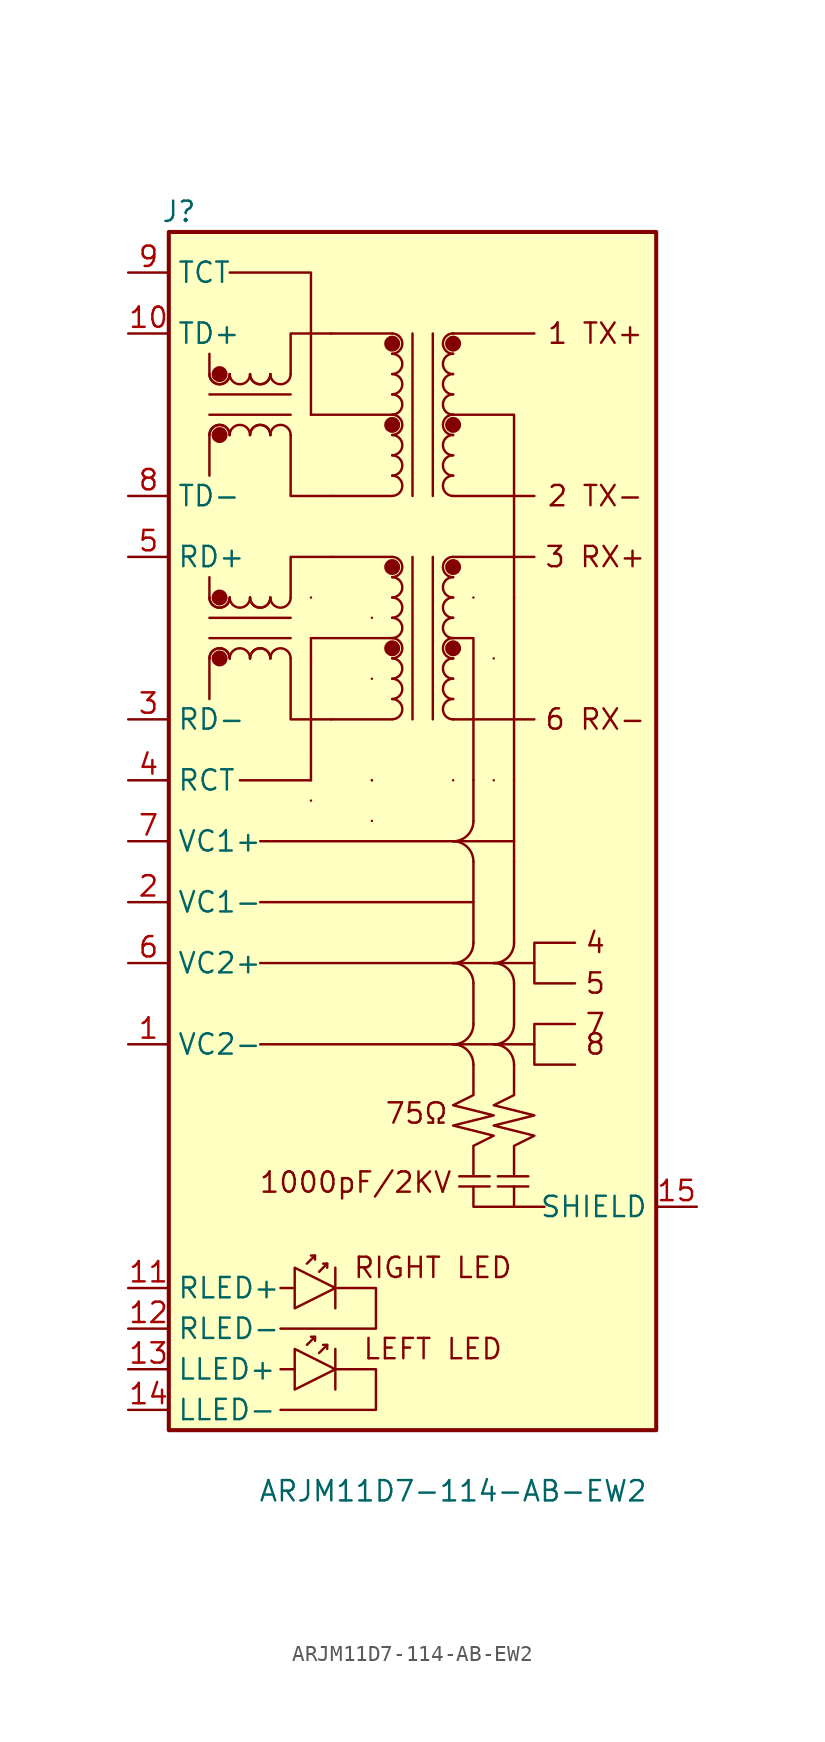
<source format=kicad_sym>
(kicad_symbol_lib
  (version 20211014)
  (generator kicad_symbol_editor)
  (symbol "ARJM11D7-114-AB-EW2"
    (property "Reference" "J"
      (at 0.635 76.2 0)
      (effects (font (size 1.27 1.27))))
    (property "Value" "ARJM11D7-114-AB-EW2"
      (at 17.78 -3.81 0)
      (effects (font (size 1.27 1.27))))
    (symbol "ARJM11D7-114-AB-EW2_0_0"
      (polyline (pts (xy 6.985 8.89) (xy 7.874 8.89)) (stroke (width 0) (type default) (color 0 0 0 0)) (fill (type none)))
      (polyline (pts (xy 8.89 49.53) (xy 13.97 49.53)) (stroke (width 0) (type default) (color 0 0 0 0)) (fill (type none)))
      (polyline (pts (xy 8.89 63.5) (xy 13.97 63.5)) (stroke (width 0) (type default) (color 0 0 0 0)) (fill (type none)))
      (polyline (pts (xy 18.161 15.24) (xy 20.066 15.24)) (stroke (width 0) (type default) (color 0 0 0 0)) (fill (type none)))
      (polyline (pts (xy 18.161 15.875) (xy 20.066 15.875)) (stroke (width 0) (type default) (color 0 0 0 0)) (fill (type none)))
      (polyline (pts (xy 20.574 15.24) (xy 22.479 15.24)) (stroke (width 0) (type default) (color 0 0 0 0)) (fill (type none)))
      (polyline (pts (xy 20.574 15.875) (xy 22.479 15.875)) (stroke (width 0) (type default) (color 0 0 0 0)) (fill (type none)))
      (polyline (pts (xy 21.59 15.24) (xy 21.59 13.97)) (stroke (width 0) (type default) (color 0 0 0 0)) (fill (type none)))
      (polyline (pts (xy 21.59 36.83) (xy 5.715 36.83)) (stroke (width 0) (type default) (color 0 0 0 0)) (fill (type none)))
      (polyline (pts (xy 5.715 33.02) (xy 19.05 33.02) (xy 19.05 35.56)) (stroke (width 0) (type default) (color 0 0 0 0)) (fill (type none)))
      (polyline (pts (xy 7.62 48.26) (xy 7.62 44.45) (xy 10.16 44.45)) (stroke (width 0) (type default) (color 0 0 0 0)) (fill (type none)))
      (polyline (pts (xy 7.62 62.23) (xy 7.62 58.42) (xy 10.16 58.42)) (stroke (width 0) (type default) (color 0 0 0 0)) (fill (type none)))
      (polyline (pts (xy 8.89 49.53) (xy 8.89 40.64) (xy 4.445 40.64)) (stroke (width 0) (type default) (color 0 0 0 0)) (fill (type none)))
      (polyline (pts (xy 8.89 63.5) (xy 8.89 72.39) (xy 3.81 72.39)) (stroke (width 0) (type default) (color 0 0 0 0)) (fill (type none)))
      (polyline (pts (xy 10.16 54.61) (xy 7.62 54.61) (xy 7.62 52.07)) (stroke (width 0) (type default) (color 0 0 0 0)) (fill (type none)))
      (polyline (pts (xy 10.16 68.58) (xy 7.62 68.58) (xy 7.62 66.04)) (stroke (width 0) (type default) (color 0 0 0 0)) (fill (type none)))
      (polyline (pts (xy 17.78 49.53) (xy 19.05 49.53) (xy 19.05 38.1)) (stroke (width 0) (type default) (color 0 0 0 0)) (fill (type none)))
      (polyline (pts (xy 17.78 63.5) (xy 21.59 63.5) (xy 21.59 35.56)) (stroke (width 0) (type default) (color 0 0 0 0)) (fill (type none)))
      (polyline (pts (xy 19.05 15.24) (xy 19.05 13.97) (xy 23.495 13.97)) (stroke (width 0) (type default) (color 0 0 0 0)) (fill (type none)))
      (polyline (pts (xy 22.86 24.13) (xy 22.86 22.86) (xy 25.4 22.86)) (stroke (width 0) (type default) (color 0 0 0 0)) (fill (type none)))
      (polyline (pts (xy 22.86 29.21) (xy 22.86 27.94) (xy 25.4 27.94)) (stroke (width 0) (type default) (color 0 0 0 0)) (fill (type none)))
      (polyline (pts (xy 5.715 24.13) (xy 22.86 24.13) (xy 22.86 25.4) (xy 25.4 25.4)) (stroke (width 0) (type default) (color 0 0 0 0)) (fill (type none)))
      (polyline (pts (xy 5.715 29.21) (xy 22.86 29.21) (xy 22.86 30.48) (xy 25.4 30.48)) (stroke (width 0) (type default) (color 0 0 0 0)) (fill (type none)))
      (polyline (pts (xy 10.414 8.89) (xy 12.954 8.89) (xy 12.954 6.35) (xy 6.985 6.35)) (stroke (width 0) (type default) (color 0 0 0 0)) (fill (type none)))
      (polyline (pts (xy 19.05 22.86) (xy 19.05 20.955) (xy 17.78 20.32) (xy 20.32 19.685) (xy 17.78 19.05) (xy 20.32 18.415) (xy 19.05 17.78) (xy 19.05 16.002)) (stroke (width 0) (type default) (color 0 0 0 0)) (fill (type none)))
      (polyline (pts (xy 21.59 22.86) (xy 21.59 20.955) (xy 20.32 20.32) (xy 22.86 19.685) (xy 20.32 19.05) (xy 22.86 18.415) (xy 21.59 17.78) (xy 21.59 16.002)) (stroke (width 0) (type default) (color 0 0 0 0)) (fill (type none)))
      (rectangle (start 0 74.93) (end 30.48 0) (stroke (width 0.254) (type default) (color 0 0 0 0)) (fill (type background)))
      (circle (center 3.175 48.26) (radius 0.0001) (stroke (width 0.5) (type default) (color 0 0 0 0)) (fill (type none)))
      (circle (center 3.175 52.07) (radius 0.0001) (stroke (width 0.5) (type default) (color 0 0 0 0)) (fill (type none)))
      (circle (center 3.175 62.23) (radius 0.0001) (stroke (width 0.5) (type default) (color 0 0 0 0)) (fill (type none)))
      (circle (center 3.175 66.04) (radius 0.0001) (stroke (width 0.5) (type default) (color 0 0 0 0)) (fill (type none)))
      (circle (center 13.97 48.895) (radius 0.0001) (stroke (width 0.5) (type default) (color 0 0 0 0)) (fill (type none)))
      (circle (center 13.97 53.975) (radius 0.0001) (stroke (width 0.5) (type default) (color 0 0 0 0)) (fill (type none)))
      (circle (center 13.97 62.865) (radius 0.0001) (stroke (width 0.5) (type default) (color 0 0 0 0)) (fill (type none)))
      (circle (center 13.97 67.945) (radius 0.0001) (stroke (width 0.5) (type default) (color 0 0 0 0)) (fill (type none)))
      (circle (center 17.78 48.895) (radius 0.0001) (stroke (width 0.5) (type default) (color 0 0 0 0)) (fill (type none)))
      (circle (center 17.78 53.975) (radius 0.0001) (stroke (width 0.5) (type default) (color 0 0 0 0)) (fill (type none)))
      (circle (center 17.78 62.865) (radius 0.0001) (stroke (width 0.5) (type default) (color 0 0 0 0)) (fill (type none)))
      (circle (center 17.78 67.945) (radius 0.0001) (stroke (width 0.5) (type default) (color 0 0 0 0)) (fill (type none)))
      (text "1 TX+" (at 26.67 68.58 0) (effects (font (size 1.27 1.27))))
      (text "1000pF/2KV" (at 11.684 15.494 0) (effects (font (size 1.27 1.27))))
      (text "2 TX-" (at 26.67 58.42 0) (effects (font (size 1.27 1.27))))
      (text "3 RX+" (at 26.67 54.61 0) (effects (font (size 1.27 1.27))))
      (text "4" (at 26.67 30.48 0) (effects (font (size 1.27 1.27))))
      (text "5" (at 26.67 27.94 0) (effects (font (size 1.27 1.27))))
      (text "6 RX-" (at 26.67 44.45 0) (effects (font (size 1.27 1.27))))
      (text "7" (at 26.67 25.4 0) (effects (font (size 1.27 1.27))))
      (text "75Ω" (at 15.494 19.812 0) (effects (font (size 1.27 1.27))))
      (text "8" (at 26.67 24.13 0) (effects (font (size 1.27 1.27))))
      (text "RIGHT LED" (at 16.51 10.16 0) (effects (font (size 1.27 1.27)))))
    (symbol "ARJM11D7-114-AB-EW2_0_1"
      (polyline (pts (xy 2.54 48.26) (xy 2.54 45.72)) (stroke (width 0) (type default) (color 0 0 0 0)) (fill (type none)))
      (polyline (pts (xy 2.54 52.07) (xy 2.54 53.34)) (stroke (width 0) (type default) (color 0 0 0 0)) (fill (type none)))
      (polyline (pts (xy 2.54 62.23) (xy 2.54 59.69)) (stroke (width 0) (type default) (color 0 0 0 0)) (fill (type none)))
      (polyline (pts (xy 2.54 66.04) (xy 2.54 67.31)) (stroke (width 0) (type default) (color 0 0 0 0)) (fill (type none)))
      (polyline (pts (xy 9.144 5.842) (xy 8.89 5.842)) (stroke (width 0) (type default) (color 0 0 0 0)) (fill (type none)))
      (polyline (pts (xy 9.906 5.334) (xy 9.652 5.334)) (stroke (width 0) (type default) (color 0 0 0 0)) (fill (type none)))
      (polyline (pts (xy 10.414 10.16) (xy 10.414 7.62)) (stroke (width 0) (type default) (color 0 0 0 0)) (fill (type none)))
      (polyline (pts (xy 13.97 44.45) (xy 10.16 44.45)) (stroke (width 0) (type default) (color 0 0 0 0)) (fill (type none)))
      (polyline (pts (xy 13.97 54.61) (xy 10.16 54.61)) (stroke (width 0) (type default) (color 0 0 0 0)) (fill (type none)))
      (polyline (pts (xy 13.97 58.42) (xy 10.16 58.42)) (stroke (width 0) (type default) (color 0 0 0 0)) (fill (type none)))
      (polyline (pts (xy 13.97 68.58) (xy 10.16 68.58)) (stroke (width 0) (type default) (color 0 0 0 0)) (fill (type none)))
      (polyline (pts (xy 19.05 25.4) (xy 19.05 27.94)) (stroke (width 0) (type default) (color 0 0 0 0)) (fill (type none)))
      (polyline (pts (xy 19.05 30.48) (xy 19.05 33.02)) (stroke (width 0) (type default) (color 0 0 0 0)) (fill (type none)))
      (polyline (pts (xy 21.59 25.4) (xy 21.59 27.94)) (stroke (width 0) (type default) (color 0 0 0 0)) (fill (type none)))
      (polyline (pts (xy 21.59 30.48) (xy 21.59 35.56)) (stroke (width 0) (type default) (color 0 0 0 0)) (fill (type none)))
      (polyline (pts (xy 22.86 44.45) (xy 17.78 44.45)) (stroke (width 0) (type default) (color 0 0 0 0)) (fill (type none)))
      (polyline (pts (xy 22.86 54.61) (xy 17.78 54.61)) (stroke (width 0) (type default) (color 0 0 0 0)) (fill (type none)))
      (polyline (pts (xy 22.86 58.42) (xy 17.78 58.42)) (stroke (width 0) (type default) (color 0 0 0 0)) (fill (type none)))
      (polyline (pts (xy 22.86 68.58) (xy 17.78 68.58)) (stroke (width 0) (type default) (color 0 0 0 0)) (fill (type none)))
      (polyline (pts (xy 8.636 5.334) (xy 9.144 5.842) (xy 9.144 5.588)) (stroke (width 0) (type default) (color 0 0 0 0)) (fill (type none)))
      (polyline (pts (xy 9.398 4.826) (xy 9.906 5.334) (xy 9.906 5.08)) (stroke (width 0) (type default) (color 0 0 0 0)) (fill (type none)))
      (polyline (pts (xy 7.874 10.16) (xy 7.874 7.62) (xy 10.414 8.89) (xy 7.874 10.16)) (stroke (width 0) (type default) (color 0 0 0 0)) (fill (type none)))
      (arc (start 8.89 52.07) (mid 8.89 49.53) (end 8.89 52.07) (stroke (width 0) (type default) (color 0 0 0 0)) (fill (type none)))
      (arc (start 17.78 24.13) (mid 19.948 23.232) (end 19.05 25.4) (stroke (width 0) (type default) (color 0 0 0 0)) (fill (type none)))
      (arc (start 17.78 29.21) (mid 19.948 28.312) (end 19.05 30.48) (stroke (width 0) (type default) (color 0 0 0 0)) (fill (type none)))
      (arc (start 17.78 36.83) (mid 19.948 35.932) (end 19.05 38.1) (stroke (width 0) (type default) (color 0 0 0 0)) (fill (type none)))
      (arc (start 19.05 22.86) (mid 19.948 25.028) (end 17.78 24.13) (stroke (width 0) (type default) (color 0 0 0 0)) (fill (type none)))
      (arc (start 19.05 27.94) (mid 19.948 30.108) (end 17.78 29.21) (stroke (width 0) (type default) (color 0 0 0 0)) (fill (type none)))
      (arc (start 19.05 35.56) (mid 19.948 37.728) (end 17.78 36.83) (stroke (width 0) (type default) (color 0 0 0 0)) (fill (type none)))
      (arc (start 20.32 24.13) (mid 22.488 23.232) (end 21.59 25.4) (stroke (width 0) (type default) (color 0 0 0 0)) (fill (type none)))
      (arc (start 20.32 29.21) (mid 22.488 28.312) (end 21.59 30.48) (stroke (width 0) (type default) (color 0 0 0 0)) (fill (type none)))
      (arc (start 21.59 22.86) (mid 22.488 25.028) (end 20.32 24.13) (stroke (width 0) (type default) (color 0 0 0 0)) (fill (type none)))
      (arc (start 21.59 27.94) (mid 22.488 30.108) (end 20.32 29.21) (stroke (width 0) (type default) (color 0 0 0 0)) (fill (type none))))
    (symbol "ARJM11D7-114-AB-EW2_1_1"
      (polyline (pts (xy 2.54 49.53) (xy 7.62 49.53)) (stroke (width 0) (type default) (color 0 0 0 0)) (fill (type none)))
      (polyline (pts (xy 2.54 63.5) (xy 7.62 63.5)) (stroke (width 0) (type default) (color 0 0 0 0)) (fill (type none)))
      (polyline (pts (xy 6.985 3.81) (xy 7.874 3.81)) (stroke (width 0) (type default) (color 0 0 0 0)) (fill (type none)))
      (polyline (pts (xy 7.62 50.8) (xy 2.54 50.8)) (stroke (width 0) (type default) (color 0 0 0 0)) (fill (type none)))
      (polyline (pts (xy 7.62 64.77) (xy 2.54 64.77)) (stroke (width 0) (type default) (color 0 0 0 0)) (fill (type none)))
      (polyline (pts (xy 9.144 10.922) (xy 8.89 10.922)) (stroke (width 0) (type default) (color 0 0 0 0)) (fill (type none)))
      (polyline (pts (xy 9.906 10.414) (xy 9.652 10.414)) (stroke (width 0) (type default) (color 0 0 0 0)) (fill (type none)))
      (polyline (pts (xy 10.414 5.08) (xy 10.414 2.54)) (stroke (width 0) (type default) (color 0 0 0 0)) (fill (type none)))
      (polyline (pts (xy 15.24 54.61) (xy 15.24 44.45)) (stroke (width 0) (type default) (color 0 0 0 0)) (fill (type none)))
      (polyline (pts (xy 15.24 68.58) (xy 15.24 58.42)) (stroke (width 0) (type default) (color 0 0 0 0)) (fill (type none)))
      (polyline (pts (xy 16.51 44.45) (xy 16.51 54.61)) (stroke (width 0) (type default) (color 0 0 0 0)) (fill (type none)))
      (polyline (pts (xy 16.51 58.42) (xy 16.51 68.58)) (stroke (width 0) (type default) (color 0 0 0 0)) (fill (type none)))
      (polyline (pts (xy 8.636 10.414) (xy 9.144 10.922) (xy 9.144 10.668)) (stroke (width 0) (type default) (color 0 0 0 0)) (fill (type none)))
      (polyline (pts (xy 9.398 9.906) (xy 9.906 10.414) (xy 9.906 10.16)) (stroke (width 0) (type default) (color 0 0 0 0)) (fill (type none)))
      (polyline (pts (xy 7.874 5.08) (xy 7.874 2.54) (xy 10.414 3.81) (xy 7.874 5.08)) (stroke (width 0) (type default) (color 0 0 0 0)) (fill (type none)))
      (polyline (pts (xy 10.414 3.81) (xy 12.954 3.81) (xy 12.954 1.27) (xy 6.985 1.27)) (stroke (width 0) (type default) (color 0 0 0 0)) (fill (type none)))
      (arc (start 2.54 52.07) (mid 3.175 51.435) (end 3.81 52.07) (stroke (width 0) (type default) (color 0 0 0 0)) (fill (type none)))
      (arc (start 2.54 52.07) (mid 3.175 51.435) (end 3.81 52.07) (stroke (width 0) (type default) (color 0 0 0 0)) (fill (type none)))
      (arc (start 2.54 66.04) (mid 3.175 65.405) (end 3.81 66.04) (stroke (width 0) (type default) (color 0 0 0 0)) (fill (type none)))
      (arc (start 2.54 66.04) (mid 3.175 65.405) (end 3.81 66.04) (stroke (width 0) (type default) (color 0 0 0 0)) (fill (type none)))
      (arc (start 3.81 48.26) (mid 3.175 48.895) (end 2.54 48.26) (stroke (width 0) (type default) (color 0 0 0 0)) (fill (type none)))
      (arc (start 3.81 48.26) (mid 3.175 48.895) (end 2.54 48.26) (stroke (width 0) (type default) (color 0 0 0 0)) (fill (type none)))
      (arc (start 3.81 52.07) (mid 4.445 51.435) (end 5.08 52.07) (stroke (width 0) (type default) (color 0 0 0 0)) (fill (type none)))
      (arc (start 3.81 62.23) (mid 3.175 62.865) (end 2.54 62.23) (stroke (width 0) (type default) (color 0 0 0 0)) (fill (type none)))
      (arc (start 3.81 62.23) (mid 3.175 62.865) (end 2.54 62.23) (stroke (width 0) (type default) (color 0 0 0 0)) (fill (type none)))
      (arc (start 3.81 66.04) (mid 4.445 65.405) (end 5.08 66.04) (stroke (width 0) (type default) (color 0 0 0 0)) (fill (type none)))
      (arc (start 5.08 48.26) (mid 4.445 48.895) (end 3.81 48.26) (stroke (width 0) (type default) (color 0 0 0 0)) (fill (type none)))
      (arc (start 5.08 52.07) (mid 5.715 51.435) (end 6.35 52.07) (stroke (width 0) (type default) (color 0 0 0 0)) (fill (type none)))
      (arc (start 5.08 52.07) (mid 5.715 51.435) (end 6.35 52.07) (stroke (width 0) (type default) (color 0 0 0 0)) (fill (type none)))
      (arc (start 5.08 62.23) (mid 4.445 62.865) (end 3.81 62.23) (stroke (width 0) (type default) (color 0 0 0 0)) (fill (type none)))
      (arc (start 5.08 66.04) (mid 5.715 65.405) (end 6.35 66.04) (stroke (width 0) (type default) (color 0 0 0 0)) (fill (type none)))
      (arc (start 5.08 66.04) (mid 5.715 65.405) (end 6.35 66.04) (stroke (width 0) (type default) (color 0 0 0 0)) (fill (type none)))
      (arc (start 6.35 48.26) (mid 5.715 48.895) (end 5.08 48.26) (stroke (width 0) (type default) (color 0 0 0 0)) (fill (type none)))
      (arc (start 6.35 48.26) (mid 5.715 48.895) (end 5.08 48.26) (stroke (width 0) (type default) (color 0 0 0 0)) (fill (type none)))
      (arc (start 6.35 52.07) (mid 6.985 51.435) (end 7.62 52.07) (stroke (width 0) (type default) (color 0 0 0 0)) (fill (type none)))
      (arc (start 6.35 62.23) (mid 5.715 62.865) (end 5.08 62.23) (stroke (width 0) (type default) (color 0 0 0 0)) (fill (type none)))
      (arc (start 6.35 62.23) (mid 5.715 62.865) (end 5.08 62.23) (stroke (width 0) (type default) (color 0 0 0 0)) (fill (type none)))
      (arc (start 6.35 66.04) (mid 6.985 65.405) (end 7.62 66.04) (stroke (width 0) (type default) (color 0 0 0 0)) (fill (type none)))
      (arc (start 7.62 48.26) (mid 6.985 48.895) (end 6.35 48.26) (stroke (width 0) (type default) (color 0 0 0 0)) (fill (type none)))
      (arc (start 7.62 62.23) (mid 6.985 62.865) (end 6.35 62.23) (stroke (width 0) (type default) (color 0 0 0 0)) (fill (type none)))
      (arc (start 8.89 39.37) (mid 8.89 36.83) (end 8.89 39.37) (stroke (width 0) (type default) (color 0 0 0 0)) (fill (type none)))
      (arc (start 8.89 40.64) (mid 8.89 38.1) (end 8.89 40.64) (stroke (width 0) (type default) (color 0 0 0 0)) (fill (type none)))
      (arc (start 8.89 41.91) (mid 8.89 39.37) (end 8.89 41.91) (stroke (width 0) (type default) (color 0 0 0 0)) (fill (type none)))
      (arc (start 8.89 48.26) (mid 8.89 45.72) (end 8.89 48.26) (stroke (width 0) (type default) (color 0 0 0 0)) (fill (type none)))
      (arc (start 12.7 38.1) (mid 12.7 40.64) (end 12.7 38.1) (stroke (width 0) (type default) (color 0 0 0 0)) (fill (type none)))
      (arc (start 12.7 40.64) (mid 12.7 43.18) (end 12.7 40.64) (stroke (width 0) (type default) (color 0 0 0 0)) (fill (type none)))
      (arc (start 12.7 40.64) (mid 12.7 43.18) (end 12.7 40.64) (stroke (width 0) (type default) (color 0 0 0 0)) (fill (type none)))
      (arc (start 12.7 46.99) (mid 12.7 49.53) (end 12.7 46.99) (stroke (width 0) (type default) (color 0 0 0 0)) (fill (type none)))
      (arc (start 12.7 50.8) (mid 12.7 53.34) (end 12.7 50.8) (stroke (width 0) (type default) (color 0 0 0 0)) (fill (type none)))
      (arc (start 13.97 44.45) (mid 14.605 45.085) (end 13.97 45.72) (stroke (width 0) (type default) (color 0 0 0 0)) (fill (type none)))
      (arc (start 13.97 45.72) (mid 14.605 46.355) (end 13.97 46.99) (stroke (width 0) (type default) (color 0 0 0 0)) (fill (type none)))
      (arc (start 13.97 46.99) (mid 14.605 47.625) (end 13.97 48.26) (stroke (width 0) (type default) (color 0 0 0 0)) (fill (type none)))
      (arc (start 13.97 48.26) (mid 14.605 48.895) (end 13.97 49.53) (stroke (width 0) (type default) (color 0 0 0 0)) (fill (type none)))
      (arc (start 13.97 49.53) (mid 14.605 50.165) (end 13.97 50.8) (stroke (width 0) (type default) (color 0 0 0 0)) (fill (type none)))
      (arc (start 13.97 50.8) (mid 14.605 51.435) (end 13.97 52.07) (stroke (width 0) (type default) (color 0 0 0 0)) (fill (type none)))
      (arc (start 13.97 52.07) (mid 14.605 52.705) (end 13.97 53.34) (stroke (width 0) (type default) (color 0 0 0 0)) (fill (type none)))
      (arc (start 13.97 53.34) (mid 14.605 53.975) (end 13.97 54.61) (stroke (width 0) (type default) (color 0 0 0 0)) (fill (type none)))
      (arc (start 13.97 58.42) (mid 14.605 59.055) (end 13.97 59.69) (stroke (width 0) (type default) (color 0 0 0 0)) (fill (type none)))
      (arc (start 13.97 59.69) (mid 14.605 60.325) (end 13.97 60.96) (stroke (width 0) (type default) (color 0 0 0 0)) (fill (type none)))
      (arc (start 13.97 60.96) (mid 14.605 61.595) (end 13.97 62.23) (stroke (width 0) (type default) (color 0 0 0 0)) (fill (type none)))
      (arc (start 13.97 62.23) (mid 14.605 62.865) (end 13.97 63.5) (stroke (width 0) (type default) (color 0 0 0 0)) (fill (type none)))
      (arc (start 13.97 63.5) (mid 14.605 64.135) (end 13.97 64.77) (stroke (width 0) (type default) (color 0 0 0 0)) (fill (type none)))
      (arc (start 13.97 64.77) (mid 14.605 65.405) (end 13.97 66.04) (stroke (width 0) (type default) (color 0 0 0 0)) (fill (type none)))
      (arc (start 13.97 66.04) (mid 14.605 66.675) (end 13.97 67.31) (stroke (width 0) (type default) (color 0 0 0 0)) (fill (type none)))
      (arc (start 13.97 67.31) (mid 14.605 67.945) (end 13.97 68.58) (stroke (width 0) (type default) (color 0 0 0 0)) (fill (type none)))
      (arc (start 17.78 40.64) (mid 20.32 40.64) (end 17.78 40.64) (stroke (width 0) (type default) (color 0 0 0 0)) (fill (type none)))
      (arc (start 17.78 45.72) (mid 17.145 45.085) (end 17.78 44.45) (stroke (width 0) (type default) (color 0 0 0 0)) (fill (type none)))
      (arc (start 17.78 46.99) (mid 17.145 46.355) (end 17.78 45.72) (stroke (width 0) (type default) (color 0 0 0 0)) (fill (type none)))
      (arc (start 17.78 48.26) (mid 17.145 47.625) (end 17.78 46.99) (stroke (width 0) (type default) (color 0 0 0 0)) (fill (type none)))
      (arc (start 17.78 48.26) (mid 20.32 48.26) (end 17.78 48.26) (stroke (width 0) (type default) (color 0 0 0 0)) (fill (type none)))
      (arc (start 17.78 49.53) (mid 17.145 48.895) (end 17.78 48.26) (stroke (width 0) (type default) (color 0 0 0 0)) (fill (type none)))
      (arc (start 17.78 50.8) (mid 17.145 50.165) (end 17.78 49.53) (stroke (width 0) (type default) (color 0 0 0 0)) (fill (type none)))
      (arc (start 17.78 52.07) (mid 17.145 51.435) (end 17.78 50.8) (stroke (width 0) (type default) (color 0 0 0 0)) (fill (type none)))
      (arc (start 17.78 53.34) (mid 17.145 52.705) (end 17.78 52.07) (stroke (width 0) (type default) (color 0 0 0 0)) (fill (type none)))
      (arc (start 17.78 54.61) (mid 17.145 53.975) (end 17.78 53.34) (stroke (width 0) (type default) (color 0 0 0 0)) (fill (type none)))
      (arc (start 17.78 59.69) (mid 17.145 59.055) (end 17.78 58.42) (stroke (width 0) (type default) (color 0 0 0 0)) (fill (type none)))
      (arc (start 17.78 60.96) (mid 17.145 60.325) (end 17.78 59.69) (stroke (width 0) (type default) (color 0 0 0 0)) (fill (type none)))
      (arc (start 17.78 62.23) (mid 17.145 61.595) (end 17.78 60.96) (stroke (width 0) (type default) (color 0 0 0 0)) (fill (type none)))
      (arc (start 17.78 63.5) (mid 17.145 62.865) (end 17.78 62.23) (stroke (width 0) (type default) (color 0 0 0 0)) (fill (type none)))
      (arc (start 17.78 64.77) (mid 17.145 64.135) (end 17.78 63.5) (stroke (width 0) (type default) (color 0 0 0 0)) (fill (type none)))
      (arc (start 17.78 66.04) (mid 17.145 65.405) (end 17.78 64.77) (stroke (width 0) (type default) (color 0 0 0 0)) (fill (type none)))
      (arc (start 17.78 67.31) (mid 17.145 66.675) (end 17.78 66.04) (stroke (width 0) (type default) (color 0 0 0 0)) (fill (type none)))
      (arc (start 17.78 68.58) (mid 17.145 67.945) (end 17.78 67.31) (stroke (width 0) (type default) (color 0 0 0 0)) (fill (type none)))
      (arc (start 19.05 40.64) (mid 16.51 40.64) (end 19.05 40.64) (stroke (width 0) (type default) (color 0 0 0 0)) (fill (type none)))
      (arc (start 19.05 52.07) (mid 16.51 52.07) (end 19.05 52.07) (stroke (width 0) (type default) (color 0 0 0 0)) (fill (type none)))
      (arc (start 20.32 40.64) (mid 22.86 40.64) (end 20.32 40.64) (stroke (width 0) (type default) (color 0 0 0 0)) (fill (type none)))
      (arc (start 20.32 48.26) (mid 22.86 48.26) (end 20.32 48.26) (stroke (width 0) (type default) (color 0 0 0 0)) (fill (type none)))
      (arc (start 21.59 40.64) (mid 19.05 40.64) (end 21.59 40.64) (stroke (width 0) (type default) (color 0 0 0 0)) (fill (type none)))
      (arc (start 21.59 52.07) (mid 19.05 52.07) (end 21.59 52.07) (stroke (width 0) (type default) (color 0 0 0 0)) (fill (type none)))
      (text "LEFT LED" (at 16.51 5.08 0) (effects (font (size 1.27 1.27))))
      (pin power_out line (at -2.54 24.13 0) (length 2.54) (name "VC2-" (effects (font (size 1.27 1.27)))) (number "1" (effects (font (size 1.27 1.27)))))
      (pin passive line (at -2.54 68.58 0) (length 2.54) (name "TD+" (effects (font (size 1.27 1.27)))) (number "10" (effects (font (size 1.27 1.27)))))
      (pin passive line (at -2.54 8.89 0) (length 2.54) (name "RLED+" (effects (font (size 1.27 1.27)))) (number "11" (effects (font (size 1.27 1.27)))))
      (pin passive line (at -2.54 6.35 0) (length 2.54) (name "RLED-" (effects (font (size 1.27 1.27)))) (number "12" (effects (font (size 1.27 1.27)))))
      (pin passive line (at -2.54 3.81 0) (length 2.54) (name "LLED+" (effects (font (size 1.27 1.27)))) (number "13" (effects (font (size 1.27 1.27)))))
      (pin passive line (at -2.54 1.27 0) (length 2.54) (name "LLED-" (effects (font (size 1.27 1.27)))) (number "14" (effects (font (size 1.27 1.27)))))
      (pin passive line (at 33.02 13.97 180) (length 2.54) (name "SHIELD" (effects (font (size 1.27 1.27)))) (number "15" (effects (font (size 1.27 1.27)))))
      (pin power_out line (at -2.54 33.02 0) (length 2.54) (name "VC1-" (effects (font (size 1.27 1.27)))) (number "2" (effects (font (size 1.27 1.27)))))
      (pin passive line (at -2.54 44.45 0) (length 2.54) (name "RD-" (effects (font (size 1.27 1.27)))) (number "3" (effects (font (size 1.27 1.27)))))
      (pin passive line (at -2.54 40.64 0) (length 2.54) (name "RCT" (effects (font (size 1.27 1.27)))) (number "4" (effects (font (size 1.27 1.27)))))
      (pin passive line (at -2.54 54.61 0) (length 2.54) (name "RD+" (effects (font (size 1.27 1.27)))) (number "5" (effects (font (size 1.27 1.27)))))
      (pin power_out line (at -2.54 29.21 0) (length 2.54) (name "VC2+" (effects (font (size 1.27 1.27)))) (number "6" (effects (font (size 1.27 1.27)))))
      (pin power_out line (at -2.54 36.83 0) (length 2.54) (name "VC1+" (effects (font (size 1.27 1.27)))) (number "7" (effects (font (size 1.27 1.27)))))
      (pin passive line (at -2.54 58.42 0) (length 2.54) (name "TD-" (effects (font (size 1.27 1.27)))) (number "8" (effects (font (size 1.27 1.27)))))
      (pin passive line (at -2.54 72.39 0) (length 2.54) (name "TCT" (effects (font (size 1.27 1.27)))) (number "9" (effects (font (size 1.27 1.27))))))))
</source>
